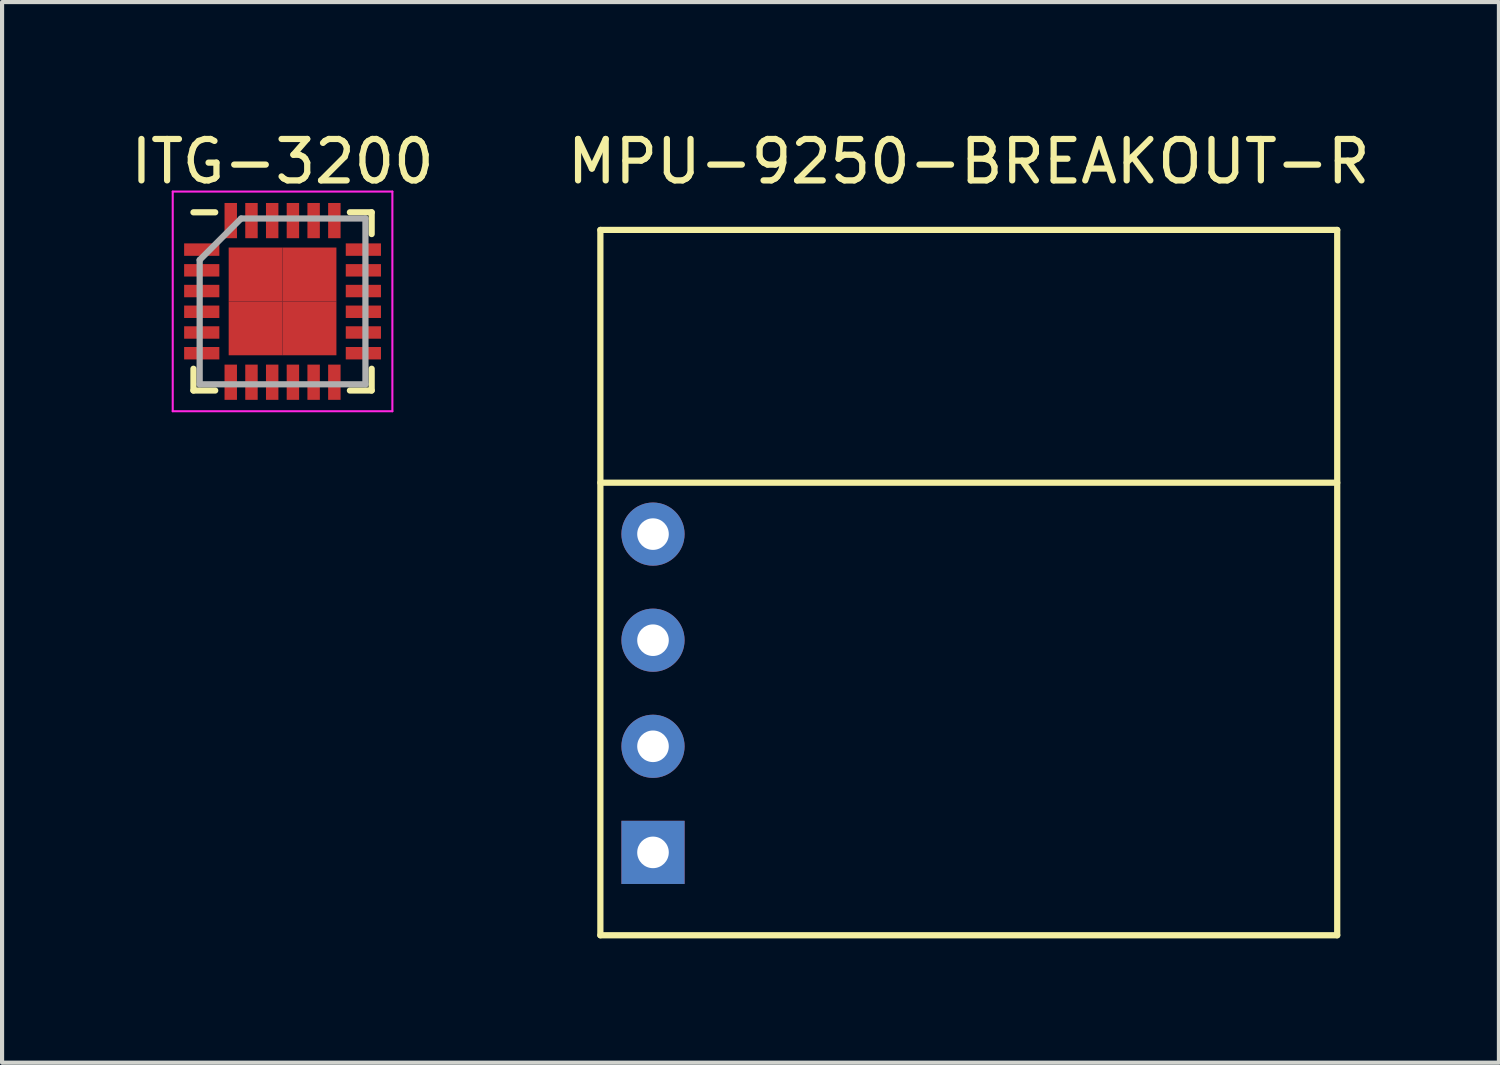
<source format=kicad_pcb>
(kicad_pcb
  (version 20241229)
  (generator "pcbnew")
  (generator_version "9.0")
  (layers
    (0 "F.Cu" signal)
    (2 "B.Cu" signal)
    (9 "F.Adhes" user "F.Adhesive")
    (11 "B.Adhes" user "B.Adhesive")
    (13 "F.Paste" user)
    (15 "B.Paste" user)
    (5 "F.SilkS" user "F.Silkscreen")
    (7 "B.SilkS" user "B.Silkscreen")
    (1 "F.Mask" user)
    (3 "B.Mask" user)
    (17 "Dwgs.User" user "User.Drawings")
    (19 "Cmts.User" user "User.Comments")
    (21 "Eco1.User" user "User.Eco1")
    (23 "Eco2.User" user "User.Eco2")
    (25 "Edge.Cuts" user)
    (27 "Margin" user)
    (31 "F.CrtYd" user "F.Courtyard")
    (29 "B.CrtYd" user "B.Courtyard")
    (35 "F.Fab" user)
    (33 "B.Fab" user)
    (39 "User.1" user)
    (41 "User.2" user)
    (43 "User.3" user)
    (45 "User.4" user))
  (footprint "ITG-3200"
    (layer "F.Cu")
    (at 3.768 4.223)
    (property "Reference" "ITG-3200" (at 0 -3.375 0) (layer "F.SilkS") (effects (font (size 1 1) (thickness 0.15))))
    (attr smd)
    (fp_line (start -2.15 -2.15) (end -1.625 -2.15) (stroke (width 0.15) (type solid)) (layer "F.SilkS"))
    (fp_line (start -2.15 2.15) (end -2.15 1.625) (stroke (width 0.15) (type solid)) (layer "F.SilkS"))
    (fp_line (start -2.15 2.15) (end -1.625 2.15) (stroke (width 0.15) (type solid)) (layer "F.SilkS"))
    (fp_line (start 2.15 -2.15) (end 1.625 -2.15) (stroke (width 0.15) (type solid)) (layer "F.SilkS"))
    (fp_line (start 2.15 -2.15) (end 2.15 -1.625) (stroke (width 0.15) (type solid)) (layer "F.SilkS"))
    (fp_line (start 2.15 2.15) (end 1.625 2.15) (stroke (width 0.15) (type solid)) (layer "F.SilkS"))
    (fp_line (start 2.15 2.15) (end 2.15 1.625) (stroke (width 0.15) (type solid)) (layer "F.SilkS"))
    (fp_line (start -2.65 -2.65) (end -2.65 2.65) (stroke (width 0.05) (type solid)) (layer "F.CrtYd"))
    (fp_line (start -2.65 -2.65) (end 2.65 -2.65) (stroke (width 0.05) (type solid)) (layer "F.CrtYd"))
    (fp_line (start -2.65 2.65) (end 2.65 2.65) (stroke (width 0.05) (type solid)) (layer "F.CrtYd"))
    (fp_line (start 2.65 -2.65) (end 2.65 2.65) (stroke (width 0.05) (type solid)) (layer "F.CrtYd"))
    (fp_line (start -2 -1) (end -1 -2) (stroke (width 0.15) (type solid)) (layer "F.Fab"))
    (fp_line (start -2 2) (end -2 -1) (stroke (width 0.15) (type solid)) (layer "F.Fab"))
    (fp_line (start -1 -2) (end 2 -2) (stroke (width 0.15) (type solid)) (layer "F.Fab"))
    (fp_line (start 2 -2) (end 2 2) (stroke (width 0.15) (type solid)) (layer "F.Fab"))
    (fp_line (start 2 2) (end -2 2) (stroke (width 0.15) (type solid)) (layer "F.Fab"))
    (pad "1" smd rect (at -1.95 -1.25) (size 0.85 0.3) (layers "F.Cu" "F.Mask" "F.Paste"))
    (pad "2" smd rect (at -1.95 -0.75) (size 0.85 0.3) (layers "F.Cu" "F.Mask" "F.Paste"))
    (pad "3" smd rect (at -1.95 -0.25) (size 0.85 0.3) (layers "F.Cu" "F.Mask" "F.Paste"))
    (pad "4" smd rect (at -1.95 0.25) (size 0.85 0.3) (layers "F.Cu" "F.Mask" "F.Paste"))
    (pad "5" smd rect (at -1.95 0.75) (size 0.85 0.3) (layers "F.Cu" "F.Mask" "F.Paste"))
    (pad "6" smd rect (at -1.95 1.25) (size 0.85 0.3) (layers "F.Cu" "F.Mask" "F.Paste"))
    (pad "7" smd rect (at -1.25 1.95 90) (size 0.85 0.3) (layers "F.Cu" "F.Mask" "F.Paste"))
    (pad "8" smd rect (at -0.75 1.95 90) (size 0.85 0.3) (layers "F.Cu" "F.Mask" "F.Paste"))
    (pad "9" smd rect (at -0.25 1.95 90) (size 0.85 0.3) (layers "F.Cu" "F.Mask" "F.Paste"))
    (pad "10" smd rect (at 0.25 1.95 90) (size 0.85 0.3) (layers "F.Cu" "F.Mask" "F.Paste"))
    (pad "11" smd rect (at 0.75 1.95 90) (size 0.85 0.3) (layers "F.Cu" "F.Mask" "F.Paste"))
    (pad "12" smd rect (at 1.25 1.95 90) (size 0.85 0.3) (layers "F.Cu" "F.Mask" "F.Paste"))
    (pad "13" smd rect (at 1.95 1.25) (size 0.85 0.3) (layers "F.Cu" "F.Mask" "F.Paste"))
    (pad "14" smd rect (at 1.95 0.75) (size 0.85 0.3) (layers "F.Cu" "F.Mask" "F.Paste"))
    (pad "15" smd rect (at 1.95 0.25) (size 0.85 0.3) (layers "F.Cu" "F.Mask" "F.Paste"))
    (pad "16" smd rect (at 1.95 -0.25) (size 0.85 0.3) (layers "F.Cu" "F.Mask" "F.Paste"))
    (pad "17" smd rect (at 1.95 -0.75) (size 0.85 0.3) (layers "F.Cu" "F.Mask" "F.Paste"))
    (pad "18" smd rect (at 1.95 -1.25) (size 0.85 0.3) (layers "F.Cu" "F.Mask" "F.Paste"))
    (pad "19" smd rect (at 1.25 -1.95 90) (size 0.85 0.3) (layers "F.Cu" "F.Mask" "F.Paste"))
    (pad "20" smd rect (at 0.75 -1.95 90) (size 0.85 0.3) (layers "F.Cu" "F.Mask" "F.Paste"))
    (pad "21" smd rect (at 0.25 -1.95 90) (size 0.85 0.3) (layers "F.Cu" "F.Mask" "F.Paste"))
    (pad "22" smd rect (at -0.25 -1.95 90) (size 0.85 0.3) (layers "F.Cu" "F.Mask" "F.Paste"))
    (pad "23" smd rect (at -0.75 -1.95 90) (size 0.85 0.3) (layers "F.Cu" "F.Mask" "F.Paste"))
    (pad "24" smd rect (at -1.25 -1.95 90) (size 0.85 0.3) (layers "F.Cu" "F.Mask" "F.Paste"))
    (pad "25" smd rect (at -0.65 -0.65) (size 1.3 1.3) (layers "F.Cu" "F.Mask" "F.Paste"))
    (pad "25" smd rect (at -0.65 0.65) (size 1.3 1.3) (layers "F.Cu" "F.Mask" "F.Paste"))
    (pad "25" smd rect (at 0.65 -0.65) (size 1.3 1.3) (layers "F.Cu" "F.Mask" "F.Paste"))
    (pad "25" smd rect (at 0.65 0.65) (size 1.3 1.3) (layers "F.Cu" "F.Mask" "F.Paste")))
  (footprint "MPU-9250-BREAKOUT-R"
    (layer "F.Cu")
    (at 20.327 11.008)
    (property "Reference" "MPU-9250-BREAKOUT-R" (at 0 -10.16 0) (layer "F.SilkS") (effects (font (size 1 1) (thickness 0.15))))
    (attr through_hole)
    (fp_line (start -8.89 -8.51) (end -8.89 8.51) (stroke (width 0.15) (type solid)) (layer "F.SilkS"))
    (fp_line (start -8.89 -8.51) (end 8.89 -8.51) (stroke (width 0.15) (type solid)) (layer "F.SilkS"))
    (fp_line (start -8.89 -2.41) (end 8.89 -2.41) (stroke (width 0.15) (type solid)) (layer "F.SilkS"))
    (fp_line (start -8.89 8.51) (end 8.89 8.51) (stroke (width 0.15) (type solid)) (layer "F.SilkS"))
    (fp_line (start 8.89 -8.51) (end 8.89 8.51) (stroke (width 0.15) (type solid)) (layer "F.SilkS"))
    (pad "1" thru_hole rect (at -7.62 6.51) (size 1.524 1.524) (drill 0.762) (layers "*.Cu" "*.Mask"))
    (pad "2" thru_hole circle (at -7.62 3.95) (size 1.524 1.524) (drill 0.762) (layers "*.Cu" "*.Mask"))
    (pad "3" thru_hole circle (at -7.62 1.39) (size 1.524 1.524) (drill 0.762) (layers "*.Cu" "*.Mask"))
    (pad "4" thru_hole circle (at -7.62 -1.17) (size 1.524 1.524) (drill 0.762) (layers "*.Cu" "*.Mask")))
  (gr_rect
    (start -3 -3)
    (end 33.119 22.593)
    (stroke (width 0.1) (type default))
    (fill no)
    (layer "Edge.Cuts")))
</source>
